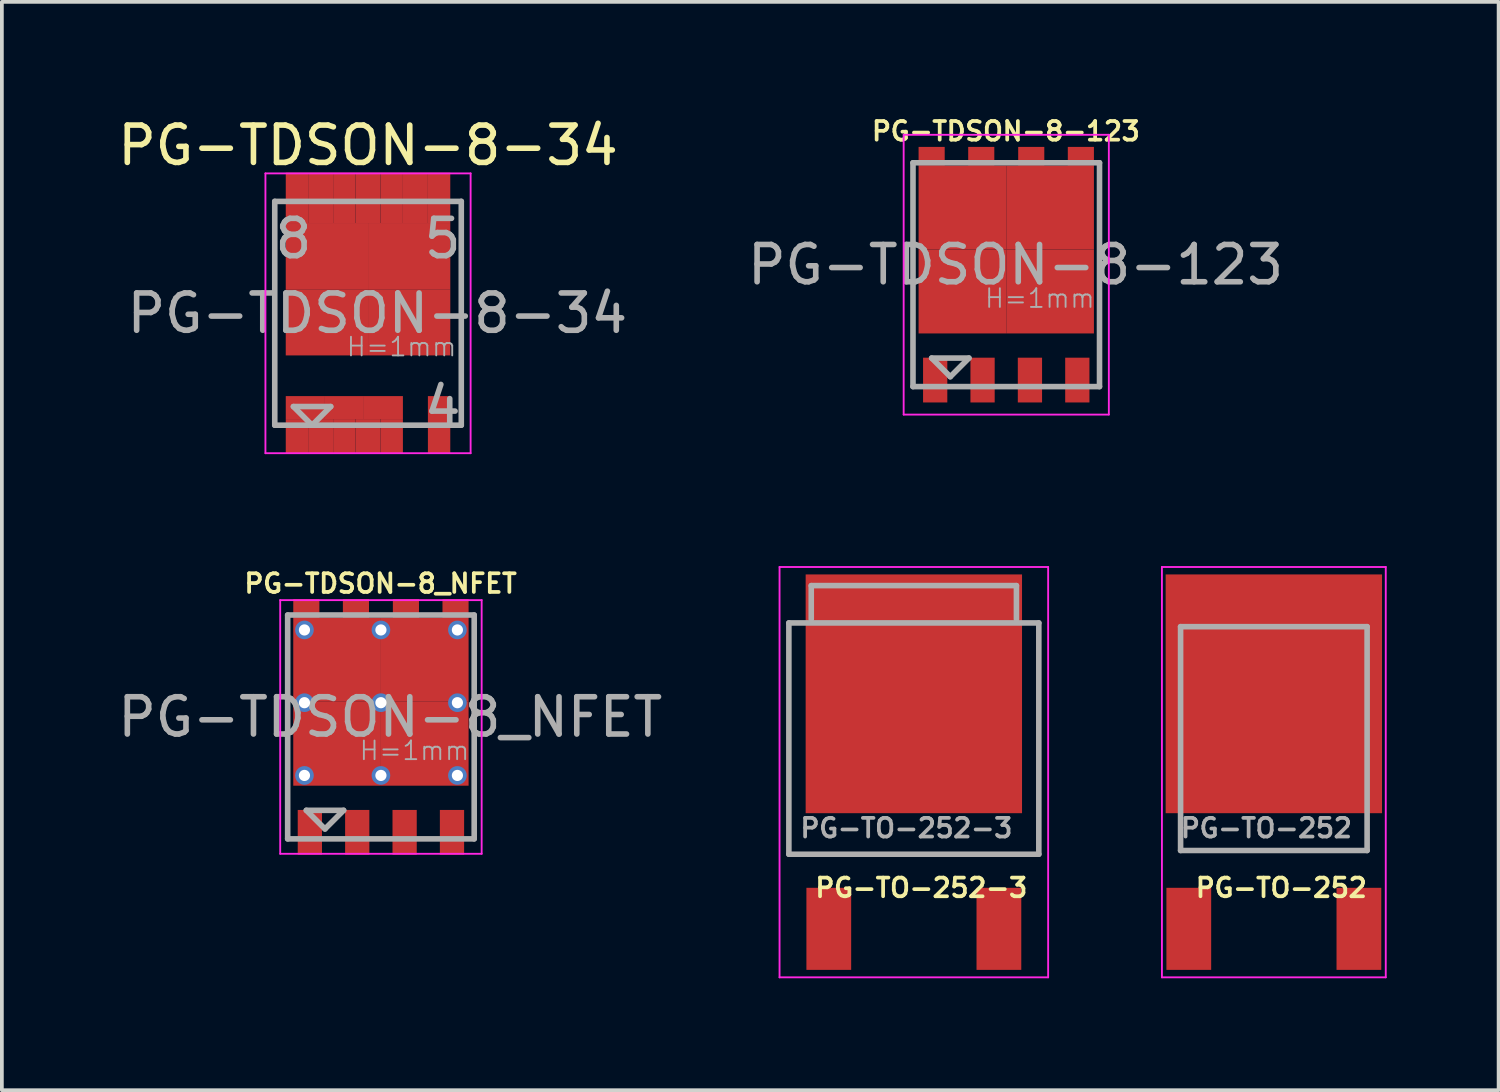
<source format=kicad_pcb>
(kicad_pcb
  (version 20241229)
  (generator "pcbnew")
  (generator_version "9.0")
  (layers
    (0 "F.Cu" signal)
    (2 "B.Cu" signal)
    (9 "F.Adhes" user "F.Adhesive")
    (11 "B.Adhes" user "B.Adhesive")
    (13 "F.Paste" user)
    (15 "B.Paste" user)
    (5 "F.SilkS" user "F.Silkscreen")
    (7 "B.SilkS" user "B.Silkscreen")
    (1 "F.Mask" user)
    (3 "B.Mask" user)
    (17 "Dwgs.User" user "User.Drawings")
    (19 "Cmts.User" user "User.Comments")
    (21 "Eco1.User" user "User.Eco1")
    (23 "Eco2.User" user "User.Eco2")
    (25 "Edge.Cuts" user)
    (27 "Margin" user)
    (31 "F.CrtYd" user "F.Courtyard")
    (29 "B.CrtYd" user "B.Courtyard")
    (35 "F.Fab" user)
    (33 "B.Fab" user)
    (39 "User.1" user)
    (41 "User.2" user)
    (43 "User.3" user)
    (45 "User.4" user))
  (footprint "PG-TDSON-8-123"
    (layer "F.Cu")
    (at 23.923 4.313)
    (property "Reference" "PG-TDSON-8-123" (at -0.01 -3.845 0) (layer "F.SilkS") (effects (font (size 0.5 0.5) (thickness 0.1))))
    (attr smd)
    (fp_line (start 1.65 -3.16) (end 1.65 -3.16) (stroke (width 0.15) (type solid)) (layer "F.Mask"))
    (fp_line (start -2.75 3.75) (end -2.75 -3.75) (stroke (width 0.05) (type solid)) (layer "F.CrtYd"))
    (fp_line (start 2.75 -3.75) (end -2.75 -3.75) (stroke (width 0.05) (type solid)) (layer "F.CrtYd"))
    (fp_line (start 2.75 -3.75) (end 2.75 3.75) (stroke (width 0.05) (type solid)) (layer "F.CrtYd"))
    (fp_line (start 2.75 3.75) (end -2.75 3.75) (stroke (width 0.05) (type solid)) (layer "F.CrtYd"))
    (fp_line (start -2.5 -3) (end -2.5 3) (stroke (width 0.15) (type solid)) (layer "F.Fab"))
    (fp_line (start -2.5 3) (end 2.5 3) (stroke (width 0.15) (type solid)) (layer "F.Fab"))
    (fp_line (start -2 2.235) (end -1.5 2.735) (stroke (width 0.15) (type solid)) (layer "F.Fab"))
    (fp_line (start -1.5 2.735) (end -1 2.235) (stroke (width 0.15) (type solid)) (layer "F.Fab"))
    (fp_line (start -1 2.235) (end -2 2.235) (stroke (width 0.15) (type solid)) (layer "F.Fab"))
    (fp_line (start 2.5 -3) (end -2.5 -3) (stroke (width 0.15) (type solid)) (layer "F.Fab"))
    (fp_line (start 2.5 3) (end 2.5 -3) (stroke (width 0.15) (type solid)) (layer "F.Fab"))
    (fp_text user "H=1mm" (at 0.9 0.635 0) (layer "F.Fab") (effects (font (size 0.5 0.5) (thickness 0.05))))
    (fp_text user "${REFERENCE}" (at 0.25 -0.265 0) (layer "F.Fab") (effects (font (size 1 1) (thickness 0.15))))
    (pad "1" smd rect (at -1.905 2.825) (size 0.65 1.2) (layers "F.Cu" "F.Mask" "F.Paste"))
    (pad "1" smd rect (at -0.635 2.825) (size 0.65 1.2) (layers "F.Cu" "F.Mask" "F.Paste"))
    (pad "1" smd rect (at 0.635 2.825) (size 0.65 1.2) (layers "F.Cu" "F.Mask" "F.Paste"))
    (pad "4" smd rect (at 1.905 2.825) (size 0.65 1.2) (layers "F.Cu" "F.Mask" "F.Paste"))
    (pad "5" smd rect (at -2 -3.175) (size 0.7 0.5) (layers "F.Cu" "F.Mask" "F.Paste"))
    (pad "5" smd rect (at -1.175 -1.8) (size 2.35 2.25) (layers "F.Cu" "F.Mask" "F.Paste"))
    (pad "5" smd rect (at -1.175 0.45) (size 2.35 2.25) (layers "F.Cu" "F.Mask" "F.Paste"))
    (pad "5" smd rect (at -0.67 -3.175) (size 0.7 0.5) (layers "F.Cu" "F.Mask" "F.Paste"))
    (pad "5" smd rect (at 0.67 -3.175) (size 0.7 0.5) (layers "F.Cu" "F.Mask" "F.Paste"))
    (pad "5" smd rect (at 1.175 -1.8) (size 2.35 2.25) (layers "F.Cu" "F.Mask" "F.Paste"))
    (pad "5" smd rect (at 1.175 0.45) (size 2.35 2.25) (layers "F.Cu" "F.Mask" "F.Paste"))
    (pad "5" smd rect (at 2 -3.175) (size 0.7 0.5) (layers "F.Cu" "F.Mask" "F.Paste")))
  (footprint "PG-TDSON-8_NFET"
    (layer "F.Cu")
    (at 7.161 16.436)
    (property "Reference" "PG-TDSON-8_NFET" (at -0.01 -3.845 0) (layer "F.SilkS") (effects (font (size 0.5 0.5) (thickness 0.1))))
    (attr smd)
    (fp_line (start -2.7 3.4) (end -2.7 -3.4) (stroke (width 0.05) (type solid)) (layer "F.CrtYd"))
    (fp_line (start 2.7 -3.4) (end -2.7 -3.4) (stroke (width 0.05) (type solid)) (layer "F.CrtYd"))
    (fp_line (start 2.7 -3.4) (end 2.7 3.4) (stroke (width 0.05) (type solid)) (layer "F.CrtYd"))
    (fp_line (start 2.7 3.4) (end -2.7 3.4) (stroke (width 0.05) (type solid)) (layer "F.CrtYd"))
    (fp_line (start -2.5 -3) (end -2.5 3) (stroke (width 0.15) (type solid)) (layer "F.Fab"))
    (fp_line (start -2.5 3) (end 2.5 3) (stroke (width 0.15) (type solid)) (layer "F.Fab"))
    (fp_line (start -2 2.235) (end -1.5 2.735) (stroke (width 0.15) (type solid)) (layer "F.Fab"))
    (fp_line (start -1.5 2.735) (end -1 2.235) (stroke (width 0.15) (type solid)) (layer "F.Fab"))
    (fp_line (start -1 2.235) (end -2 2.235) (stroke (width 0.15) (type solid)) (layer "F.Fab"))
    (fp_line (start 2.5 -3) (end -2.5 -3) (stroke (width 0.15) (type solid)) (layer "F.Fab"))
    (fp_line (start 2.5 3) (end 2.5 -3) (stroke (width 0.15) (type solid)) (layer "F.Fab"))
    (fp_text user "H=1mm" (at 0.9 0.635 0) (layer "F.Fab") (effects (font (size 0.5 0.5) (thickness 0.05))))
    (fp_text user "${REFERENCE}" (at 0.25 -0.265 0) (layer "F.Fab") (effects (font (size 1 1) (thickness 0.15))))
    (pad "1" smd rect (at -1.905 2.825) (size 0.65 1.2) (layers "F.Cu" "F.Mask" "F.Paste"))
    (pad "1" smd rect (at -0.635 2.825) (size 0.65 1.2) (layers "F.Cu" "F.Mask" "F.Paste"))
    (pad "1" smd rect (at 0.635 2.825) (size 0.65 1.2) (layers "F.Cu" "F.Mask" "F.Paste"))
    (pad "4" smd rect (at 1.905 2.825) (size 0.65 1.2) (layers "F.Cu" "F.Mask" "F.Paste"))
    (pad "5" thru_hole circle (at -2.05 -2.6) (size 0.5 0.5) (drill 0.3) (layers "*.Cu"))
    (pad "5" thru_hole circle (at -2.05 -0.65) (size 0.5 0.5) (drill 0.3) (layers "*.Cu"))
    (pad "5" thru_hole circle (at -2.05 1.3) (size 0.5 0.5) (drill 0.3) (layers "*.Cu"))
    (pad "5" smd rect (at -2 -3.175) (size 0.7 0.5) (layers "F.Cu" "F.Mask" "F.Paste"))
    (pad "5" smd rect (at -1.175 -1.8) (size 2.35 2.25) (layers "F.Cu" "F.Mask" "F.Paste"))
    (pad "5" smd rect (at -1.175 0.45) (size 2.35 2.25) (layers "F.Cu" "F.Mask" "F.Paste"))
    (pad "5" smd rect (at -0.67 -3.175) (size 0.7 0.5) (layers "F.Cu" "F.Mask" "F.Paste"))
    (pad "5" thru_hole circle (at 0 -2.6) (size 0.5 0.5) (drill 0.3) (layers "*.Cu"))
    (pad "5" thru_hole circle (at 0 -0.65) (size 0.5 0.5) (drill 0.3) (layers "*.Cu"))
    (pad "5" thru_hole circle (at 0 1.3) (size 0.5 0.5) (drill 0.3) (layers "*.Cu"))
    (pad "5" smd rect (at 0.67 -3.175) (size 0.7 0.5) (layers "F.Cu" "F.Mask" "F.Paste"))
    (pad "5" smd rect (at 1.175 -1.8) (size 2.35 2.25) (layers "F.Cu" "F.Mask" "F.Paste"))
    (pad "5" smd rect (at 1.175 0.45) (size 2.35 2.25) (layers "F.Cu" "F.Mask" "F.Paste"))
    (pad "5" smd rect (at 2 -3.175) (size 0.7 0.5) (layers "F.Cu" "F.Mask" "F.Paste"))
    (pad "5" thru_hole circle (at 2.05 -2.6) (size 0.5 0.5) (drill 0.3) (layers "*.Cu"))
    (pad "5" thru_hole circle (at 2.05 -0.65) (size 0.5 0.5) (drill 0.3) (layers "*.Cu"))
    (pad "5" thru_hole circle (at 2.05 1.3) (size 0.5 0.5) (drill 0.3) (layers "*.Cu")))
  (footprint "PG-TDSON-8-34"
    (layer "F.Cu")
    (at 6.815 5.348)
    (property "Reference" "PG-TDSON-8-34" (at 0 -4.5 0) (layer "F.SilkS") (effects (font (size 1 1) (thickness 0.15))))
    (attr smd)
    (fp_line (start -2.75 3.75) (end -2.75 -3.75) (stroke (width 0.05) (type solid)) (layer "F.CrtYd"))
    (fp_line (start 2.75 -3.75) (end -2.75 -3.75) (stroke (width 0.05) (type solid)) (layer "F.CrtYd"))
    (fp_line (start 2.75 -3.75) (end 2.75 3.75) (stroke (width 0.05) (type solid)) (layer "F.CrtYd"))
    (fp_line (start 2.75 3.75) (end -2.75 3.75) (stroke (width 0.05) (type solid)) (layer "F.CrtYd"))
    (fp_line (start -2.5 -3) (end -2.5 3) (stroke (width 0.15) (type solid)) (layer "F.Fab"))
    (fp_line (start -2.5 3) (end 2.5 3) (stroke (width 0.15) (type solid)) (layer "F.Fab"))
    (fp_line (start -2 2.5) (end -1.5 3) (stroke (width 0.15) (type solid)) (layer "F.Fab"))
    (fp_line (start -1.5 3) (end -1 2.5) (stroke (width 0.15) (type solid)) (layer "F.Fab"))
    (fp_line (start -1 2.5) (end -2 2.5) (stroke (width 0.15) (type solid)) (layer "F.Fab"))
    (fp_line (start 2.5 -3) (end -2.5 -3) (stroke (width 0.15) (type solid)) (layer "F.Fab"))
    (fp_line (start 2.5 3) (end 2.5 -3) (stroke (width 0.15) (type solid)) (layer "F.Fab"))
    (fp_text user "8" (at -2 -2 0) (layer "F.Fab") (effects (font (size 1 1) (thickness 0.15))))
    (fp_text user "5" (at 2 -2 0) (layer "F.Fab") (effects (font (size 1 1) (thickness 0.15))))
    (fp_text user "4" (at 2 2.5 0) (layer "F.Fab") (effects (font (size 1 1) (thickness 0.15))))
    (fp_text user "${REFERENCE}" (at 0.25 0 0) (layer "F.Fab") (effects (font (size 1 1) (thickness 0.15))))
    (fp_text user "H=1mm" (at 0.9 0.9 0) (layer "F.Fab") (effects (font (size 0.5 0.5) (thickness 0.05))))
    (pad "1" smd rect (at -1.905 3.303) (size 0.6 0.935) (layers "F.Cu" "F.Mask" "F.Paste"))
    (pad "1" smd rect (at -1.68 2.527) (size 1.05 0.615) (layers "F.Cu" "F.Mask" "F.Paste"))
    (pad "1" smd rect (at -1.27 3.303) (size 0.67 0.935) (layers "F.Cu" "F.Mask" "F.Paste"))
    (pad "1" smd rect (at -0.635 2.527) (size 1.05 0.615) (layers "F.Cu" "F.Mask" "F.Paste"))
    (pad "1" smd rect (at -0.635 3.303) (size 0.6 0.935) (layers "F.Cu" "F.Mask" "F.Paste"))
    (pad "1" smd rect (at 0 3.303) (size 0.67 0.935) (layers "F.Cu" "F.Mask" "F.Paste"))
    (pad "1" smd rect (at 0.41 2.527) (size 1.05 0.615) (layers "F.Cu" "F.Mask" "F.Paste"))
    (pad "1" smd rect (at 0.635 3.303) (size 0.6 0.935) (layers "F.Cu" "F.Mask" "F.Paste"))
    (pad "4" smd rect (at 1.905 2.995) (size 0.6 1.55) (layers "F.Cu" "F.Mask" "F.Paste"))
    (pad "5" smd rect (at -1.905 -3.095) (size 0.6 1.35) (layers "F.Cu" "F.Mask" "F.Paste"))
    (pad "5" smd rect (at -1.27 -3.095) (size 0.67 1.35) (layers "F.Cu" "F.Mask" "F.Paste"))
    (pad "5" smd rect (at -1.103 -1.532) (size 2.205 1.775) (layers "F.Cu" "F.Mask" "F.Paste"))
    (pad "5" smd rect (at -1.103 0.242) (size 2.205 1.775) (layers "F.Cu" "F.Mask" "F.Paste"))
    (pad "5" smd rect (at -0.635 -3.095) (size 0.6 1.35) (layers "F.Cu" "F.Mask" "F.Paste"))
    (pad "5" smd rect (at 0 -3.095) (size 0.67 1.35) (layers "F.Cu" "F.Mask" "F.Paste"))
    (pad "5" smd rect (at 0.635 -3.095) (size 0.6 1.35) (layers "F.Cu" "F.Mask" "F.Paste"))
    (pad "5" smd rect (at 1.103 -1.532) (size 2.205 1.775) (layers "F.Cu" "F.Mask" "F.Paste"))
    (pad "5" smd rect (at 1.103 0.242) (size 2.205 1.775) (layers "F.Cu" "F.Mask" "F.Paste"))
    (pad "5" smd rect (at 1.27 -3.095) (size 0.67 1.35) (layers "F.Cu" "F.Mask" "F.Paste"))
    (pad "5" smd rect (at 1.905 -3.095) (size 0.6 1.35) (layers "F.Cu" "F.Mask" "F.Paste")))
  (footprint "PG-TO-252-3"
    (layer "F.Cu")
    (at 21.446 16.748)
    (property "Reference" "PG-TO-252-3" (at 0.2 4 0) (layer "F.SilkS") (effects (font (size 0.5 0.5) (thickness 0.1))))
    (attr smd)
    (fp_line (start -3.6 6.4) (end -3.6 -4.6) (stroke (width 0.05) (type solid)) (layer "F.CrtYd"))
    (fp_line (start 3.6 -4.6) (end -3.6 -4.6) (stroke (width 0.05) (type solid)) (layer "F.CrtYd"))
    (fp_line (start 3.6 -4.6) (end 3.6 6.4) (stroke (width 0.05) (type solid)) (layer "F.CrtYd"))
    (fp_line (start 3.6 6.4) (end -3.6 6.4) (stroke (width 0.05) (type solid)) (layer "F.CrtYd"))
    (fp_line (start -3.35 -3.1) (end -3.35 3.1) (stroke (width 0.15) (type solid)) (layer "F.Fab"))
    (fp_line (start -3.35 3.1) (end 3.35 3.1) (stroke (width 0.15) (type solid)) (layer "F.Fab"))
    (fp_line (start -2.75 -4.1) (end -2.75 -3.2) (stroke (width 0.15) (type solid)) (layer "F.Fab"))
    (fp_line (start -2.75 -4.1) (end 2.75 -4.1) (stroke (width 0.15) (type solid)) (layer "F.Fab"))
    (fp_line (start 2.75 -4.1) (end 2.75 -3.2) (stroke (width 0.15) (type solid)) (layer "F.Fab"))
    (fp_line (start 3.35 -3.1) (end -3.35 -3.1) (stroke (width 0.15) (type solid)) (layer "F.Fab"))
    (fp_line (start 3.35 -3.1) (end 3.35 3.1) (stroke (width 0.15) (type solid)) (layer "F.Fab"))
    (fp_text user "${REFERENCE}" (at -0.2 2.4 0) (layer "F.Fab") (effects (font (size 0.5 0.5) (thickness 0.1))))
    (pad "1" smd rect (at -2.28 5.1) (size 1.2 2.2) (layers "F.Cu" "F.Mask" "F.Paste"))
    (pad "2" smd rect (at 0 -1.2) (size 5.8 6.4) (layers "F.Cu" "F.Mask" "F.Paste"))
    (pad "3" smd rect (at 2.28 5.1) (size 1.2 2.2) (layers "F.Cu" "F.Mask" "F.Paste")))
  (footprint "PG-TO-252"
    (layer "F.Cu")
    (at 31.096 16.748)
    (property "Reference" "PG-TO-252" (at 0.2 4 0) (layer "F.SilkS") (effects (font (size 0.5 0.5) (thickness 0.1))))
    (attr smd)
    (fp_line (start -3 6.4) (end -3 -4.6) (stroke (width 0.05) (type solid)) (layer "F.CrtYd"))
    (fp_line (start 3 -4.6) (end -3 -4.6) (stroke (width 0.05) (type solid)) (layer "F.CrtYd"))
    (fp_line (start 3 -4.6) (end 3 6.4) (stroke (width 0.05) (type solid)) (layer "F.CrtYd"))
    (fp_line (start 3 6.4) (end -3 6.4) (stroke (width 0.05) (type solid)) (layer "F.CrtYd"))
    (fp_line (start -2.5 -3) (end -2.5 3) (stroke (width 0.15) (type solid)) (layer "F.Fab"))
    (fp_line (start -2.5 3) (end 2.5 3) (stroke (width 0.15) (type solid)) (layer "F.Fab"))
    (fp_line (start 2.5 -3) (end -2.5 -3) (stroke (width 0.15) (type solid)) (layer "F.Fab"))
    (fp_line (start 2.5 -3) (end 2.5 3) (stroke (width 0.15) (type solid)) (layer "F.Fab"))
    (fp_text user "${REFERENCE}" (at -0.2 2.4 0) (layer "F.Fab") (effects (font (size 0.5 0.5) (thickness 0.1))))
    (pad "1" smd rect (at -2.28 5.1) (size 1.2 2.2) (layers "F.Cu" "F.Mask" "F.Paste"))
    (pad "4" smd rect (at 2.28 5.1) (size 1.2 2.2) (layers "F.Cu" "F.Mask" "F.Paste"))
    (pad "5" smd rect (at 0 -1.2) (size 5.8 6.4) (layers "F.Cu" "F.Mask" "F.Paste")))
  (gr_rect
    (start -3 -3)
    (end 37.121 26.173)
    (stroke (width 0.1) (type default))
    (fill no)
    (layer "Edge.Cuts")))
</source>
